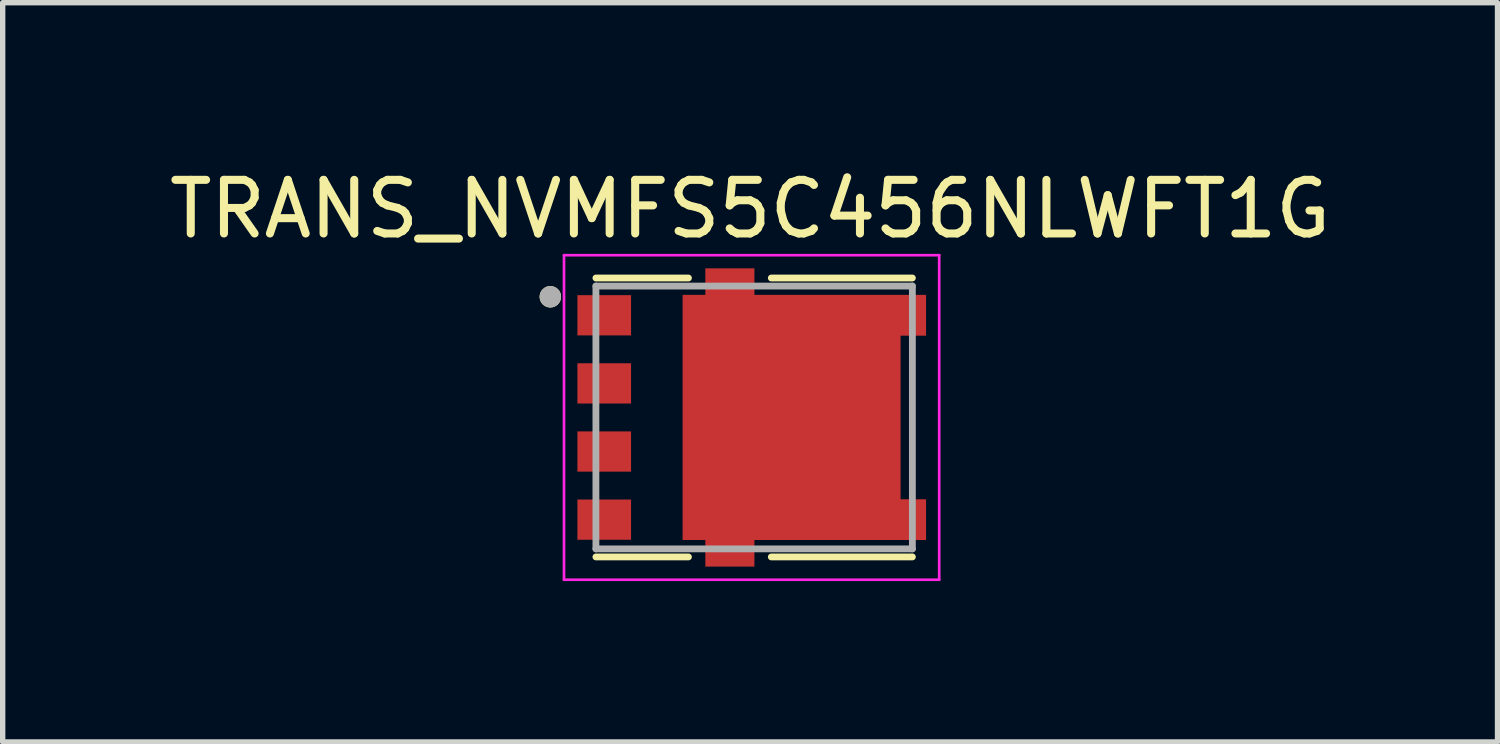
<source format=kicad_pcb>
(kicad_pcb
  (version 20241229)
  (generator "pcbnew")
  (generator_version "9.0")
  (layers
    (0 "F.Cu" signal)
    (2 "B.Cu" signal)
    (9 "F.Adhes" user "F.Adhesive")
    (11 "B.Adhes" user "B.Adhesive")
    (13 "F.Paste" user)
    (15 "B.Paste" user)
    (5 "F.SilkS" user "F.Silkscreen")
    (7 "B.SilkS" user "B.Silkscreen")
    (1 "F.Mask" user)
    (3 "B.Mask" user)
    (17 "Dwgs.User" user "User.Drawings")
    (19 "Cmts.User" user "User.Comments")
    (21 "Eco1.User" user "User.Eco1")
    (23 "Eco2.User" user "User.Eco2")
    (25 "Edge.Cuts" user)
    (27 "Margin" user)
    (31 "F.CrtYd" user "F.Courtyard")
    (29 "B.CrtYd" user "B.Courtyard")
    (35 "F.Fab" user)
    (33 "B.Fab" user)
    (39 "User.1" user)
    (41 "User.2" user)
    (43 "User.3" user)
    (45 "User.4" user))
  (footprint "TRANS_NVMFS5C456NLWFT1G"
    (layer "F.Cu")
    (at 11.01 4.733)
    (property "Reference" "TRANS_NVMFS5C456NLWFT1G" (at -0.075 -3.885 0) (layer "F.SilkS") (effects (font (size 1 1) (thickness 0.15))))
    (attr through_hole)
    (fp_poly (pts (xy -1.43 2.38) (xy -1.43 -2.38) (xy -1.005 -2.38) (xy -1.005 -2.875) (xy 0.1 -2.875) (xy 0.1 -2.38) (xy 3.3 -2.38) (xy 3.3 -1.43) (xy 2.825 -1.43) (xy 2.825 1.43) (xy 3.3 1.43) (xy 3.3 2.38) (xy 0.1 2.38) (xy 0.1 2.875) (xy -1.005 2.875) (xy -1.005 2.38)) (stroke (width 0.01) (type solid)) (fill yes) (layer "F.Mask"))
    (fp_line (start -2.95 2.6) (end -1.225 2.6) (stroke (width 0.127) (type solid)) (layer "F.SilkS"))
    (fp_line (start -1.225 -2.6) (end -2.95 -2.6) (stroke (width 0.127) (type solid)) (layer "F.SilkS"))
    (fp_line (start 0.32 2.6) (end 2.95 2.6) (stroke (width 0.127) (type solid)) (layer "F.SilkS"))
    (fp_line (start 2.95 -2.6) (end 0.32 -2.6) (stroke (width 0.127) (type solid)) (layer "F.SilkS"))
    (fp_circle (center -3.8 -2.25) (end -3.7 -2.25) (stroke (width 0.2) (type solid)) (fill no) (layer "F.SilkS"))
    (fp_poly (pts (xy -1.018 -1.965) (xy 0.383 -1.965) (xy 0.383 -0.315) (xy -1.018 -0.315)) (stroke (width 0.01) (type solid)) (fill yes) (layer "F.Paste"))
    (fp_poly (pts (xy -1.018 0.315) (xy 0.383 0.315) (xy 0.383 1.965) (xy -1.018 1.965)) (stroke (width 0.01) (type solid)) (fill yes) (layer "F.Paste"))
    (fp_poly (pts (xy -0.905 -2.775) (xy 0 -2.775) (xy 0 -2.285) (xy -0.905 -2.285)) (stroke (width 0.01) (type solid)) (fill yes) (layer "F.Paste"))
    (fp_poly (pts (xy -0.905 2.285) (xy 0 2.285) (xy 0 2.775) (xy -0.905 2.775)) (stroke (width 0.01) (type solid)) (fill yes) (layer "F.Paste"))
    (fp_poly (pts (xy 1.012 -1.965) (xy 2.413 -1.965) (xy 2.413 -0.315) (xy 1.012 -0.315)) (stroke (width 0.01) (type solid)) (fill yes) (layer "F.Paste"))
    (fp_poly (pts (xy 1.012 0.315) (xy 2.413 0.315) (xy 2.413 1.965) (xy 1.012 1.965)) (stroke (width 0.01) (type solid)) (fill yes) (layer "F.Paste"))
    (fp_poly (pts (xy 2.73 -2.28) (xy 3.2 -2.28) (xy 3.2 -1.53) (xy 2.73 -1.53)) (stroke (width 0.01) (type solid)) (fill yes) (layer "F.Paste"))
    (fp_poly (pts (xy 2.73 1.53) (xy 3.2 1.53) (xy 3.2 2.28) (xy 2.73 2.28)) (stroke (width 0.01) (type solid)) (fill yes) (layer "F.Paste"))
    (fp_line (start -3.545 -3.025) (end 3.45 -3.025) (stroke (width 0.05) (type solid)) (layer "F.CrtYd"))
    (fp_line (start -3.545 3.025) (end -3.545 -3.025) (stroke (width 0.05) (type solid)) (layer "F.CrtYd"))
    (fp_line (start 3.45 -3.025) (end 3.45 3.025) (stroke (width 0.05) (type solid)) (layer "F.CrtYd"))
    (fp_line (start 3.45 3.025) (end -3.545 3.025) (stroke (width 0.05) (type solid)) (layer "F.CrtYd"))
    (fp_line (start -2.95 -2.45) (end -2.95 2.45) (stroke (width 0.127) (type solid)) (layer "F.Fab"))
    (fp_line (start -2.95 2.45) (end 2.95 2.45) (stroke (width 0.127) (type solid)) (layer "F.Fab"))
    (fp_line (start 2.95 -2.45) (end -2.95 -2.45) (stroke (width 0.127) (type solid)) (layer "F.Fab"))
    (fp_line (start 2.95 2.45) (end 2.95 -2.45) (stroke (width 0.127) (type solid)) (layer "F.Fab"))
    (fp_circle (center -3.8 -2.25) (end -3.7 -2.25) (stroke (width 0.2) (type solid)) (fill no) (layer "F.Fab"))
    (pad "1" smd rect (at -2.795 -1.905) (size 1 0.75) (layers "F.Cu" "F.Mask" "F.Paste"))
    (pad "2" smd rect (at -2.795 -0.635) (size 1 0.75) (layers "F.Cu" "F.Mask" "F.Paste"))
    (pad "3" smd rect (at -2.795 0.635) (size 1 0.75) (layers "F.Cu" "F.Mask" "F.Paste"))
    (pad "4" smd rect (at -2.795 1.905) (size 1 0.75) (layers "F.Cu" "F.Mask" "F.Paste"))
    (pad "5" smd custom (at 0.698 0) (size 0.5 0.5) (layers "F.Cu") (options (anchor rect)) (primitives (gr_poly (pts (xy -2.027 2.28) (xy -2.027 -2.28) (xy -1.603 -2.28) (xy -1.603 -2.775) (xy -0.698 -2.775) (xy -0.698 -2.28) (xy 2.502 -2.28) (xy 2.502 -1.53) (xy 2.027 -1.53) (xy 2.027 1.53) (xy 2.502 1.53) (xy 2.502 2.28) (xy -0.698 2.28) (xy -0.698 2.775) (xy -1.603 2.775) (xy -1.603 2.28)) (width 0.01) (fill yes)))))
  (gr_rect
    (start -3 -3)
    (end 24.869 10.783)
    (stroke (width 0.1) (type default))
    (fill no)
    (layer "Edge.Cuts")))
</source>
